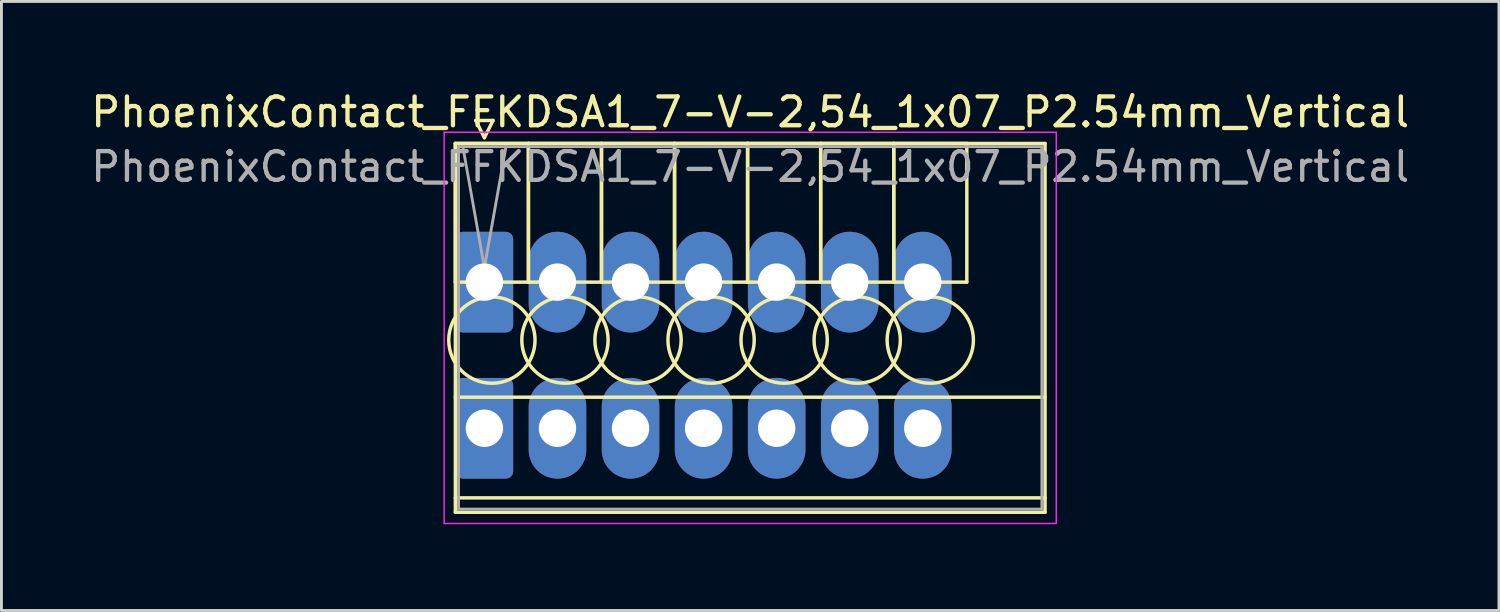
<source format=kicad_pcb>
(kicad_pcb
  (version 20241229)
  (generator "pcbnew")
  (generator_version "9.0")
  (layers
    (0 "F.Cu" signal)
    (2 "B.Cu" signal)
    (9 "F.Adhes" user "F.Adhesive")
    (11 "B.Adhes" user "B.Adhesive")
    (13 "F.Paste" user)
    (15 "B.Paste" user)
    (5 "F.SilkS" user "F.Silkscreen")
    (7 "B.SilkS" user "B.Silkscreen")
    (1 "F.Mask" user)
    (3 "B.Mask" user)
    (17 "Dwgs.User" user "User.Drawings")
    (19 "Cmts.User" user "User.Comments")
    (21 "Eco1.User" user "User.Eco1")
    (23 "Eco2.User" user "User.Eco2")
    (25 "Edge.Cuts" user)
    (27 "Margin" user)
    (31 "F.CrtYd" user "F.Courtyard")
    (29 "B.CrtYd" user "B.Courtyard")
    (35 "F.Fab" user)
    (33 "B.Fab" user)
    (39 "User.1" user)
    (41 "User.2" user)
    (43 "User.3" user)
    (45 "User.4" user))
  (footprint "PhoenixContact_FFKDSA1_7-V-2,54_1x07_P2.54mm_Vertical"
    (layer "F.Cu")
    (at 13.79 6.758)
    (property "Reference" "PhoenixContact_FFKDSA1_7-V-2,54_1x07_P2.54mm_Vertical" (at 9.24 -5.91 0) (layer "F.SilkS") (effects (font (size 1 1) (thickness 0.15))))
    (attr through_hole)
    (fp_line (start -1.01 -4.82) (end -1.01 0) (stroke (width 0.12) (type solid)) (layer "F.SilkS"))
    (fp_line (start -1.01 -4.82) (end -1.01 8) (stroke (width 0.12) (type solid)) (layer "F.SilkS"))
    (fp_line (start -1.01 0) (end 1.53 0) (stroke (width 0.12) (type solid)) (layer "F.SilkS"))
    (fp_line (start -1.01 4) (end 19.49 4) (stroke (width 0.12) (type solid)) (layer "F.SilkS"))
    (fp_line (start -1.01 7.5) (end 19.49 7.5) (stroke (width 0.12) (type solid)) (layer "F.SilkS"))
    (fp_line (start -1.01 8) (end 19.49 8) (stroke (width 0.12) (type solid)) (layer "F.SilkS"))
    (fp_line (start -0.3 -5.62) (end 0.3 -5.62) (stroke (width 0.12) (type solid)) (layer "F.SilkS"))
    (fp_line (start 0 -5.02) (end -0.3 -5.62) (stroke (width 0.12) (type solid)) (layer "F.SilkS"))
    (fp_line (start 0.3 -5.62) (end 0 -5.02) (stroke (width 0.12) (type solid)) (layer "F.SilkS"))
    (fp_line (start 1.53 -4.82) (end -1.01 -4.82) (stroke (width 0.12) (type solid)) (layer "F.SilkS"))
    (fp_line (start 1.53 -4.82) (end 1.53 0) (stroke (width 0.12) (type solid)) (layer "F.SilkS"))
    (fp_line (start 1.53 0) (end 1.53 -4.82) (stroke (width 0.12) (type solid)) (layer "F.SilkS"))
    (fp_line (start 1.53 0) (end 4.07 0) (stroke (width 0.12) (type solid)) (layer "F.SilkS"))
    (fp_line (start 4.07 -4.82) (end 1.53 -4.82) (stroke (width 0.12) (type solid)) (layer "F.SilkS"))
    (fp_line (start 4.07 -4.82) (end 4.07 0) (stroke (width 0.12) (type solid)) (layer "F.SilkS"))
    (fp_line (start 4.07 0) (end 4.07 -4.82) (stroke (width 0.12) (type solid)) (layer "F.SilkS"))
    (fp_line (start 4.07 0) (end 6.61 0) (stroke (width 0.12) (type solid)) (layer "F.SilkS"))
    (fp_line (start 6.61 -4.82) (end 4.07 -4.82) (stroke (width 0.12) (type solid)) (layer "F.SilkS"))
    (fp_line (start 6.61 -4.82) (end 6.61 0) (stroke (width 0.12) (type solid)) (layer "F.SilkS"))
    (fp_line (start 6.61 0) (end 6.61 -4.82) (stroke (width 0.12) (type solid)) (layer "F.SilkS"))
    (fp_line (start 6.61 0) (end 9.15 0) (stroke (width 0.12) (type solid)) (layer "F.SilkS"))
    (fp_line (start 9.15 -4.82) (end 6.61 -4.82) (stroke (width 0.12) (type solid)) (layer "F.SilkS"))
    (fp_line (start 9.15 -4.82) (end 9.15 0) (stroke (width 0.12) (type solid)) (layer "F.SilkS"))
    (fp_line (start 9.15 0) (end 9.15 -4.82) (stroke (width 0.12) (type solid)) (layer "F.SilkS"))
    (fp_line (start 9.15 0) (end 11.69 0) (stroke (width 0.12) (type solid)) (layer "F.SilkS"))
    (fp_line (start 11.69 -4.82) (end 9.15 -4.82) (stroke (width 0.12) (type solid)) (layer "F.SilkS"))
    (fp_line (start 11.69 -4.82) (end 11.69 0) (stroke (width 0.12) (type solid)) (layer "F.SilkS"))
    (fp_line (start 11.69 0) (end 11.69 -4.82) (stroke (width 0.12) (type solid)) (layer "F.SilkS"))
    (fp_line (start 11.69 0) (end 14.23 0) (stroke (width 0.12) (type solid)) (layer "F.SilkS"))
    (fp_line (start 14.23 -4.82) (end 11.69 -4.82) (stroke (width 0.12) (type solid)) (layer "F.SilkS"))
    (fp_line (start 14.23 -4.82) (end 14.23 0) (stroke (width 0.12) (type solid)) (layer "F.SilkS"))
    (fp_line (start 14.23 0) (end 14.23 -4.82) (stroke (width 0.12) (type solid)) (layer "F.SilkS"))
    (fp_line (start 14.23 0) (end 16.77 0) (stroke (width 0.12) (type solid)) (layer "F.SilkS"))
    (fp_line (start 16.77 -4.82) (end 14.23 -4.82) (stroke (width 0.12) (type solid)) (layer "F.SilkS"))
    (fp_line (start 16.77 0) (end 16.77 -4.82) (stroke (width 0.12) (type solid)) (layer "F.SilkS"))
    (fp_line (start 19.49 -4.82) (end -1.01 -4.82) (stroke (width 0.12) (type solid)) (layer "F.SilkS"))
    (fp_line (start 19.49 8) (end 19.49 -4.82) (stroke (width 0.12) (type solid)) (layer "F.SilkS"))
    (fp_circle (center 0.26 2.015) (end 1.76 2.015) (stroke (width 0.12) (type solid)) (fill no) (layer "F.SilkS"))
    (fp_circle (center 2.8 2.015) (end 4.3 2.015) (stroke (width 0.12) (type solid)) (fill no) (layer "F.SilkS"))
    (fp_circle (center 5.34 2.015) (end 6.84 2.015) (stroke (width 0.12) (type solid)) (fill no) (layer "F.SilkS"))
    (fp_circle (center 7.88 2.015) (end 9.38 2.015) (stroke (width 0.12) (type solid)) (fill no) (layer "F.SilkS"))
    (fp_circle (center 10.42 2.015) (end 11.92 2.015) (stroke (width 0.12) (type solid)) (fill no) (layer "F.SilkS"))
    (fp_circle (center 12.96 2.015) (end 14.46 2.015) (stroke (width 0.12) (type solid)) (fill no) (layer "F.SilkS"))
    (fp_circle (center 15.5 2.015) (end 17 2.015) (stroke (width 0.12) (type solid)) (fill no) (layer "F.SilkS"))
    (fp_line (start -1.4 -5.21) (end -1.4 8.39) (stroke (width 0.05) (type solid)) (layer "F.CrtYd"))
    (fp_line (start -1.4 8.39) (end 19.88 8.39) (stroke (width 0.05) (type solid)) (layer "F.CrtYd"))
    (fp_line (start 19.88 -5.21) (end -1.4 -5.21) (stroke (width 0.05) (type solid)) (layer "F.CrtYd"))
    (fp_line (start 19.88 8.39) (end 19.88 -5.21) (stroke (width 0.05) (type solid)) (layer "F.CrtYd"))
    (fp_line (start -0.9 -4.71) (end -0.9 7.89) (stroke (width 0.1) (type solid)) (layer "F.Fab"))
    (fp_line (start -0.9 7.89) (end 19.38 7.89) (stroke (width 0.1) (type solid)) (layer "F.Fab"))
    (fp_line (start 0 -0.5) (end -0.75 -4.71) (stroke (width 0.1) (type solid)) (layer "F.Fab"))
    (fp_line (start 0.75 -4.71) (end 0 -0.5) (stroke (width 0.1) (type solid)) (layer "F.Fab"))
    (fp_line (start 19.38 -4.71) (end -0.9 -4.71) (stroke (width 0.1) (type solid)) (layer "F.Fab"))
    (fp_line (start 19.38 7.89) (end 19.38 -4.71) (stroke (width 0.1) (type solid)) (layer "F.Fab"))
    (fp_text user "${REFERENCE}" (at 9.24 -4.01 0) (layer "F.Fab") (effects (font (size 1 1) (thickness 0.15))))
    (pad "1" thru_hole roundrect (at 0 0) (size 2 3.5) (drill 1.3) (layers "*.Cu" "*.Mask") (roundrect_rratio 0.125))
    (pad "1" thru_hole roundrect (at 0 5.08) (size 2 3.5) (drill 1.3) (layers "*.Cu" "*.Mask") (roundrect_rratio 0.125))
    (pad "2" thru_hole oval (at 2.54 0) (size 2 3.5) (drill 1.3) (layers "*.Cu" "*.Mask"))
    (pad "2" thru_hole oval (at 2.54 5.08) (size 2 3.5) (drill 1.3) (layers "*.Cu" "*.Mask"))
    (pad "3" thru_hole oval (at 5.08 0) (size 2 3.5) (drill 1.3) (layers "*.Cu" "*.Mask"))
    (pad "3" thru_hole oval (at 5.08 5.08) (size 2 3.5) (drill 1.3) (layers "*.Cu" "*.Mask"))
    (pad "4" thru_hole oval (at 7.62 0) (size 2 3.5) (drill 1.3) (layers "*.Cu" "*.Mask"))
    (pad "4" thru_hole oval (at 7.62 5.08) (size 2 3.5) (drill 1.3) (layers "*.Cu" "*.Mask"))
    (pad "5" thru_hole oval (at 10.16 0) (size 2 3.5) (drill 1.3) (layers "*.Cu" "*.Mask"))
    (pad "5" thru_hole oval (at 10.16 5.08) (size 2 3.5) (drill 1.3) (layers "*.Cu" "*.Mask"))
    (pad "6" thru_hole oval (at 12.7 0) (size 2 3.5) (drill 1.3) (layers "*.Cu" "*.Mask"))
    (pad "6" thru_hole oval (at 12.7 5.08) (size 2 3.5) (drill 1.3) (layers "*.Cu" "*.Mask"))
    (pad "7" thru_hole oval (at 15.24 0) (size 2 3.5) (drill 1.3) (layers "*.Cu" "*.Mask"))
    (pad "7" thru_hole oval (at 15.24 5.08) (size 2 3.5) (drill 1.3) (layers "*.Cu" "*.Mask")))
  (gr_rect
    (start -3 -3)
    (end 49.06 18.173)
    (stroke (width 0.1) (type default))
    (fill no)
    (layer "Edge.Cuts")))
</source>
